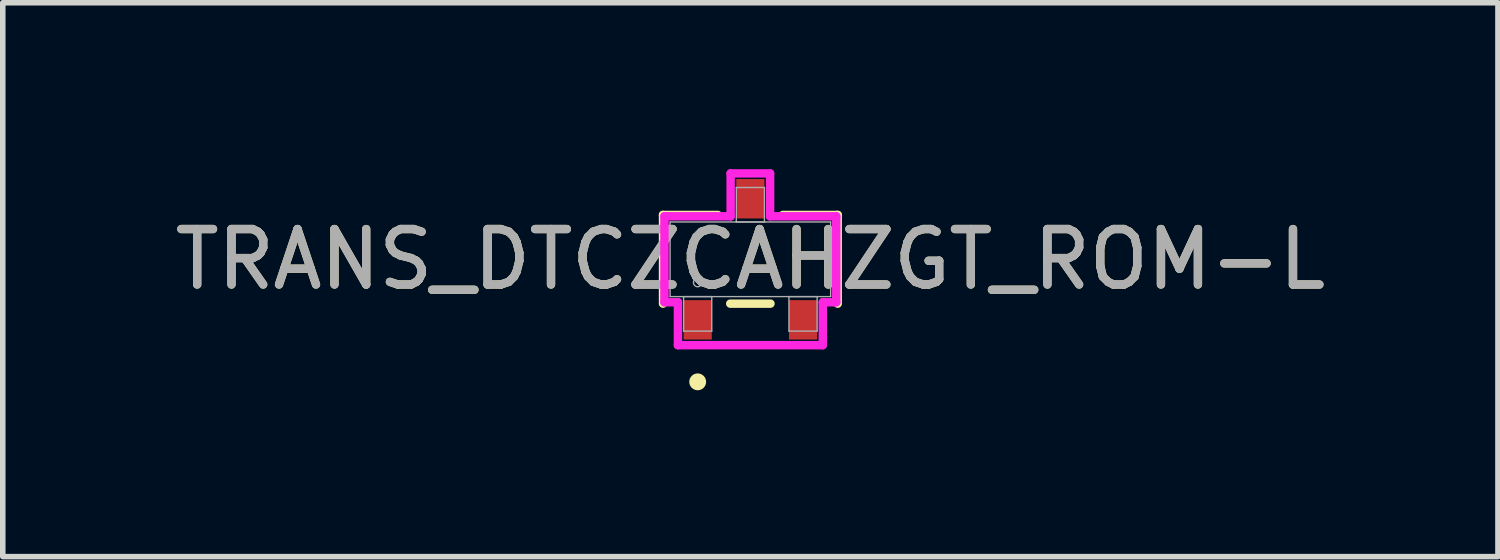
<source format=kicad_pcb>
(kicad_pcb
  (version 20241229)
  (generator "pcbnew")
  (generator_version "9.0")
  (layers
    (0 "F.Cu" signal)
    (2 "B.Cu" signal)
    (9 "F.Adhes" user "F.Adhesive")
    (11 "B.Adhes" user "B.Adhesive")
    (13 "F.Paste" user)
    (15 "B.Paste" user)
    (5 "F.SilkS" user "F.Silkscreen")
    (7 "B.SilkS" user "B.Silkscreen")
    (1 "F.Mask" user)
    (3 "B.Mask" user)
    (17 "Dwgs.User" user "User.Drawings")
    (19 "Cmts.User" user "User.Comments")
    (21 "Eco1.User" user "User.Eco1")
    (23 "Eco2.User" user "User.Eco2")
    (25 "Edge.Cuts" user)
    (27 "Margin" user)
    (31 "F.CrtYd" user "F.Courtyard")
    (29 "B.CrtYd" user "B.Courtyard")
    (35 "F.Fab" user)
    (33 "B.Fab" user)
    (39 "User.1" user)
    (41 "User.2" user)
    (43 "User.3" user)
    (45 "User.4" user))
  (footprint "TRANS_DTCZCAHZGT_ROM-L"
    (layer "F.Cu")
    (at 10.482 1.626)
    (property "Reference" "TRANS_DTCZCAHZGT_ROM-L" (at 0 0 0) (unlocked yes) (layer "F.SilkS") (effects (font (size 1 1) (thickness 0.15))))
    (attr smd)
    (fp_line (start -1.575 -0.8) (end -1.575 0.8) (stroke (width 0.152) (type solid)) (layer "F.SilkS"))
    (fp_line (start -0.587 -0.8) (end -1.575 -0.8) (stroke (width 0.152) (type solid)) (layer "F.SilkS"))
    (fp_line (start -0.363 0.8) (end 0.363 0.8) (stroke (width 0.152) (type solid)) (layer "F.SilkS"))
    (fp_line (start 1.575 -0.8) (end 0.587 -0.8) (stroke (width 0.152) (type solid)) (layer "F.SilkS"))
    (fp_line (start 1.575 0.8) (end 1.575 -0.8) (stroke (width 0.152) (type solid)) (layer "F.SilkS"))
    (fp_circle (center -0.95 2.21) (end -0.874 2.21) (stroke (width 0.152) (type solid)) (fill no) (layer "F.SilkS"))
    (fp_line (start -1.549 -0.775) (end -0.356 -0.775) (stroke (width 0.152) (type solid)) (layer "F.CrtYd"))
    (fp_line (start -1.549 0.775) (end -1.549 -0.775) (stroke (width 0.152) (type solid)) (layer "F.CrtYd"))
    (fp_line (start -1.549 0.775) (end -1.306 0.775) (stroke (width 0.152) (type solid)) (layer "F.CrtYd"))
    (fp_line (start -1.306 0.775) (end -1.306 1.549) (stroke (width 0.152) (type solid)) (layer "F.CrtYd"))
    (fp_line (start -1.306 1.549) (end 1.306 1.549) (stroke (width 0.152) (type solid)) (layer "F.CrtYd"))
    (fp_line (start -0.356 -1.549) (end 0.356 -1.549) (stroke (width 0.152) (type solid)) (layer "F.CrtYd"))
    (fp_line (start -0.356 -0.775) (end -0.356 -1.549) (stroke (width 0.152) (type solid)) (layer "F.CrtYd"))
    (fp_line (start 0.356 -0.775) (end 0.356 -1.549) (stroke (width 0.152) (type solid)) (layer "F.CrtYd"))
    (fp_line (start 1.306 0.775) (end 1.306 1.549) (stroke (width 0.152) (type solid)) (layer "F.CrtYd"))
    (fp_line (start 1.549 -0.775) (end 0.356 -0.775) (stroke (width 0.152) (type solid)) (layer "F.CrtYd"))
    (fp_line (start 1.549 -0.775) (end 1.549 0.775) (stroke (width 0.152) (type solid)) (layer "F.CrtYd"))
    (fp_line (start 1.549 0.775) (end 1.306 0.775) (stroke (width 0.152) (type solid)) (layer "F.CrtYd"))
    (fp_line (start -1.448 -0.673) (end -1.448 0.673) (stroke (width 0.025) (type solid)) (layer "F.Fab"))
    (fp_line (start -1.448 0.673) (end 1.448 0.673) (stroke (width 0.025) (type solid)) (layer "F.Fab"))
    (fp_line (start -1.204 0.673) (end -1.204 1.295) (stroke (width 0.025) (type solid)) (layer "F.Fab"))
    (fp_line (start -1.204 1.295) (end -0.696 1.295) (stroke (width 0.025) (type solid)) (layer "F.Fab"))
    (fp_line (start -0.696 0.673) (end -1.204 0.673) (stroke (width 0.025) (type solid)) (layer "F.Fab"))
    (fp_line (start -0.696 1.295) (end -0.696 0.673) (stroke (width 0.025) (type solid)) (layer "F.Fab"))
    (fp_line (start -0.254 -1.295) (end -0.254 -0.673) (stroke (width 0.025) (type solid)) (layer "F.Fab"))
    (fp_line (start -0.254 -0.673) (end 0.254 -0.673) (stroke (width 0.025) (type solid)) (layer "F.Fab"))
    (fp_line (start 0.254 -1.295) (end -0.254 -1.295) (stroke (width 0.025) (type solid)) (layer "F.Fab"))
    (fp_line (start 0.254 -0.673) (end 0.254 -1.295) (stroke (width 0.025) (type solid)) (layer "F.Fab"))
    (fp_line (start 0.696 0.673) (end 0.696 1.295) (stroke (width 0.025) (type solid)) (layer "F.Fab"))
    (fp_line (start 0.696 1.295) (end 1.204 1.295) (stroke (width 0.025) (type solid)) (layer "F.Fab"))
    (fp_line (start 1.204 0.673) (end 0.696 0.673) (stroke (width 0.025) (type solid)) (layer "F.Fab"))
    (fp_line (start 1.204 1.295) (end 1.204 0.673) (stroke (width 0.025) (type solid)) (layer "F.Fab"))
    (fp_line (start 1.448 -0.673) (end -1.448 -0.673) (stroke (width 0.025) (type solid)) (layer "F.Fab"))
    (fp_line (start 1.448 0.673) (end 1.448 -0.673) (stroke (width 0.025) (type solid)) (layer "F.Fab"))
    (fp_circle (center -0.95 0.419) (end -0.874 0.419) (stroke (width 0.025) (type solid)) (fill no) (layer "F.Fab"))
    (fp_text user "${REFERENCE}" (at 0 0 0) (unlocked yes) (layer "F.Fab") (effects (font (size 1 1) (thickness 0.15))))
    (pad "1" smd rect (at -0.95 1.092) (size 0.508 0.711) (layers "F.Cu" "F.Mask" "F.Paste"))
    (pad "2" smd rect (at 0.95 1.092) (size 0.508 0.711) (layers "F.Cu" "F.Mask" "F.Paste"))
    (pad "3" smd rect (at 0 -1.092) (size 0.508 0.711) (layers "F.Cu" "F.Mask" "F.Paste")))
  (gr_rect
    (start -3 -3)
    (end 23.964 6.988)
    (stroke (width 0.1) (type default))
    (fill no)
    (layer "Edge.Cuts")))
</source>
